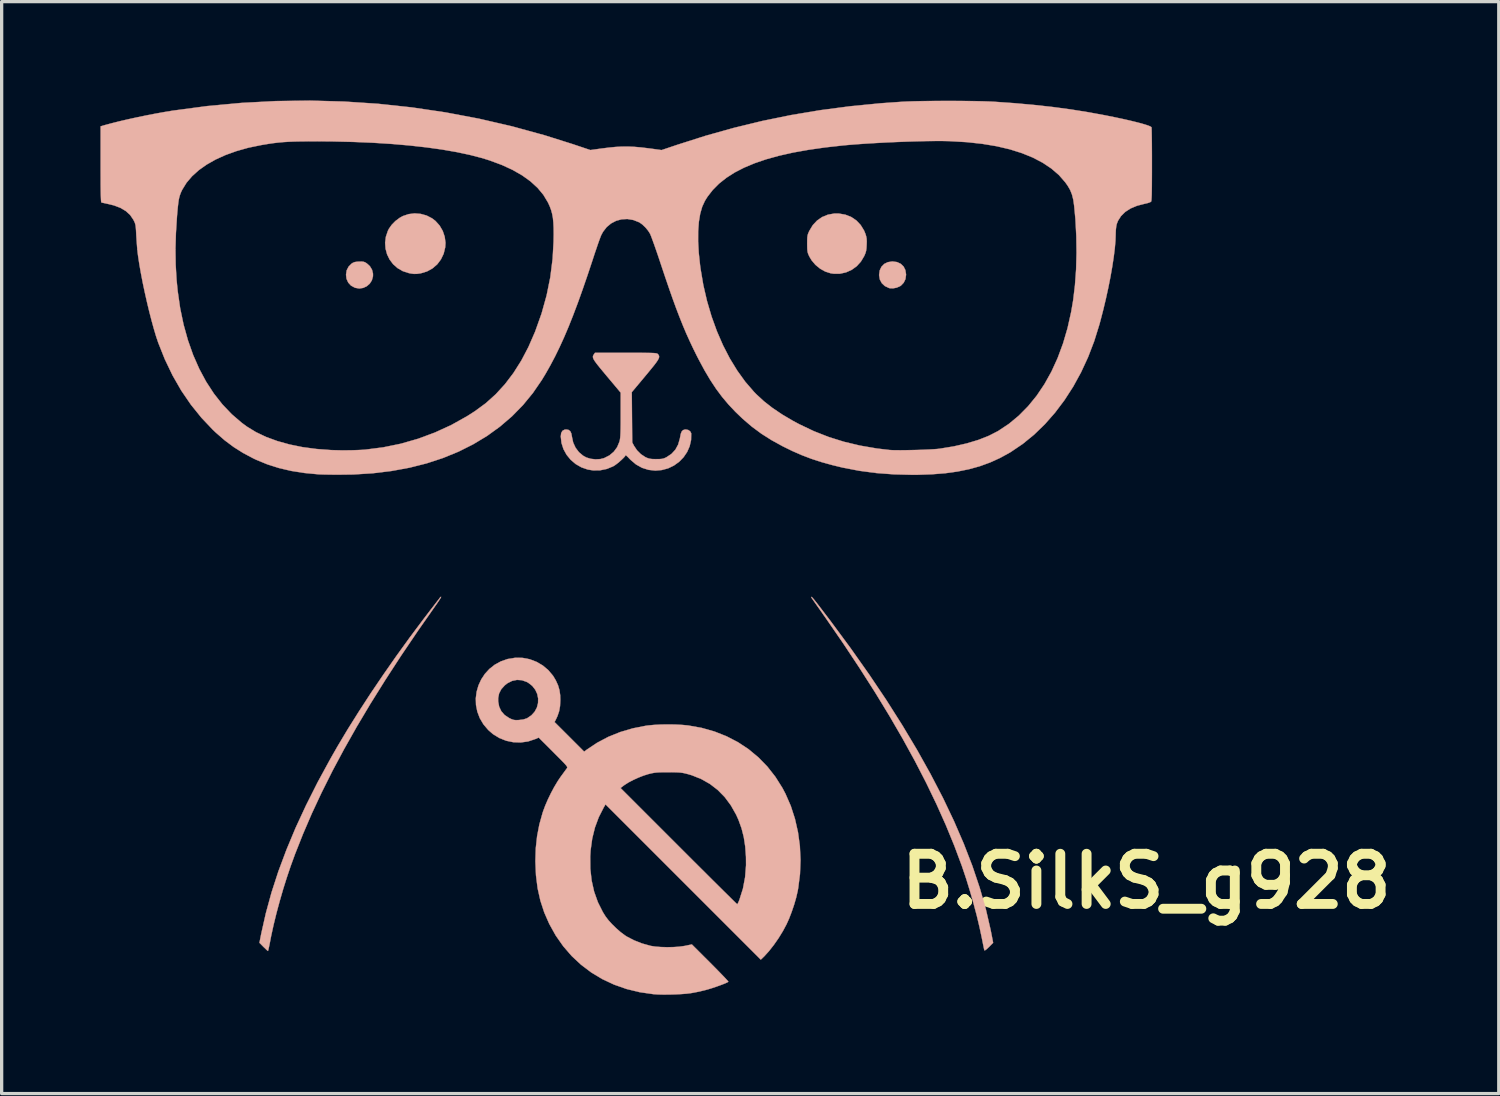
<source format=kicad_pcb>
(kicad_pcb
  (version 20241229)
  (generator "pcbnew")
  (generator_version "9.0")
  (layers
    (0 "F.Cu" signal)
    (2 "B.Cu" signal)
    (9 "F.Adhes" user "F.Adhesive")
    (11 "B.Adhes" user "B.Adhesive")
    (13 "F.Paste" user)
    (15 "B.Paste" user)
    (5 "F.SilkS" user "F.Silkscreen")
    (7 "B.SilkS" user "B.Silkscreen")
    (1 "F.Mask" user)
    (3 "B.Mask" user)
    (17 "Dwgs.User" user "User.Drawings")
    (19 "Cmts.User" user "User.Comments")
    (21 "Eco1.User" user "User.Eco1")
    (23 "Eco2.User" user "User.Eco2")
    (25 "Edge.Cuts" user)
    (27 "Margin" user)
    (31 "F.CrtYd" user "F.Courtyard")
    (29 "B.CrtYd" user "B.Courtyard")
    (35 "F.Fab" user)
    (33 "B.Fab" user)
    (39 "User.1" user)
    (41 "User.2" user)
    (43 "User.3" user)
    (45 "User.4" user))
  (footprint "B.SilkS_g928"
    (layer "F.Cu")
    (at 31.755 23.706)
    (property "Reference" "B.SilkS_g928" (at 0 0 0) (layer "F.SilkS") (effects (font (size 1.524 1.524) (thickness 0.3))))
    (attr through_hole)
    (fp_poly (pts (xy -7.57 -18.799) (xy -7.458 -18.747) (xy -7.372 -18.665) (xy -7.317 -18.557) (xy -7.296 -18.425) (xy -7.296 -18.414) (xy -7.314 -18.283) (xy -7.367 -18.172) (xy -7.452 -18.084) (xy -7.484 -18.064) (xy -7.582 -18.022) (xy -7.689 -18.002) (xy -7.787 -18.005) (xy -7.815 -18.012) (xy -7.939 -18.071) (xy -8.031 -18.157) (xy -8.091 -18.268) (xy -8.114 -18.398) (xy -8.114 -18.414) (xy -8.095 -18.547) (xy -8.043 -18.657) (xy -7.96 -18.742) (xy -7.85 -18.796) (xy -7.717 -18.817) (xy -7.705 -18.817) (xy -7.57 -18.799)) (stroke (width 0.01) (type solid)) (fill yes) (layer "B.SilkS"))
    (fp_poly (pts (xy -23.769 -18.809) (xy -23.721 -18.792) (xy -23.669 -18.76) (xy -23.575 -18.675) (xy -23.51 -18.567) (xy -23.48 -18.446) (xy -23.481 -18.367) (xy -23.515 -18.245) (xy -23.58 -18.143) (xy -23.67 -18.065) (xy -23.778 -18.015) (xy -23.896 -17.997) (xy -24.017 -18.017) (xy -24.032 -18.022) (xy -24.148 -18.085) (xy -24.232 -18.176) (xy -24.284 -18.291) (xy -24.299 -18.415) (xy -24.28 -18.546) (xy -24.222 -18.66) (xy -24.137 -18.747) (xy -24.086 -18.78) (xy -24.033 -18.8) (xy -23.961 -18.81) (xy -23.91 -18.813) (xy -23.826 -18.815) (xy -23.769 -18.809)) (stroke (width 0.01) (type solid)) (fill yes) (layer "B.SilkS"))
    (fp_poly (pts (xy -22.031 -20.262) (xy -21.852 -20.212) (xy -21.687 -20.127) (xy -21.585 -20.049) (xy -21.458 -19.908) (xy -21.363 -19.745) (xy -21.303 -19.568) (xy -21.279 -19.383) (xy -21.288 -19.247) (xy -21.335 -19.053) (xy -21.418 -18.88) (xy -21.532 -18.729) (xy -21.674 -18.607) (xy -21.841 -18.515) (xy -22.029 -18.458) (xy -22.032 -18.458) (xy -22.141 -18.442) (xy -22.237 -18.44) (xy -22.342 -18.454) (xy -22.394 -18.465) (xy -22.576 -18.524) (xy -22.735 -18.616) (xy -22.869 -18.735) (xy -22.976 -18.876) (xy -23.053 -19.035) (xy -23.099 -19.206) (xy -23.112 -19.386) (xy -23.089 -19.568) (xy -23.028 -19.748) (xy -22.997 -19.81) (xy -22.912 -19.931) (xy -22.799 -20.046) (xy -22.668 -20.144) (xy -22.574 -20.196) (xy -22.399 -20.255) (xy -22.216 -20.277) (xy -22.031 -20.262)) (stroke (width 0.01) (type solid)) (fill yes) (layer "B.SilkS"))
    (fp_poly (pts (xy -9.138 -20.238) (xy -8.961 -20.168) (xy -8.805 -20.063) (xy -8.675 -19.926) (xy -8.572 -19.759) (xy -8.528 -19.653) (xy -8.506 -19.579) (xy -8.493 -19.508) (xy -8.489 -19.423) (xy -8.492 -19.325) (xy -8.498 -19.219) (xy -8.509 -19.14) (xy -8.529 -19.07) (xy -8.561 -18.994) (xy -8.567 -18.981) (xy -8.668 -18.812) (xy -8.797 -18.671) (xy -8.949 -18.562) (xy -9.12 -18.486) (xy -9.303 -18.446) (xy -9.495 -18.446) (xy -9.585 -18.459) (xy -9.748 -18.511) (xy -9.904 -18.598) (xy -10.046 -18.714) (xy -10.163 -18.852) (xy -10.23 -18.964) (xy -10.259 -19.026) (xy -10.278 -19.077) (xy -10.289 -19.129) (xy -10.295 -19.193) (xy -10.297 -19.281) (xy -10.298 -19.357) (xy -10.297 -19.467) (xy -10.294 -19.546) (xy -10.286 -19.605) (xy -10.272 -19.657) (xy -10.249 -19.711) (xy -10.232 -19.748) (xy -10.128 -19.92) (xy -9.997 -20.06) (xy -9.843 -20.167) (xy -9.668 -20.238) (xy -9.478 -20.272) (xy -9.335 -20.272) (xy -9.138 -20.238)) (stroke (width 0.01) (type solid)) (fill yes) (layer "B.SilkS"))
    (fp_poly (pts (xy -21.412 -8.634) (xy -21.419 -8.614) (xy -21.448 -8.566) (xy -21.493 -8.497) (xy -21.55 -8.413) (xy -21.573 -8.381) (xy -22.119 -7.6) (xy -22.632 -6.842) (xy -23.111 -6.105) (xy -23.559 -5.388) (xy -23.974 -4.691) (xy -24.359 -4.01) (xy -24.714 -3.346) (xy -25.039 -2.696) (xy -25.337 -2.059) (xy -25.606 -1.434) (xy -25.849 -0.82) (xy -25.98 -0.46) (xy -26.095 -0.119) (xy -26.208 0.239) (xy -26.314 0.606) (xy -26.412 0.97) (xy -26.498 1.321) (xy -26.57 1.65) (xy -26.598 1.794) (xy -26.619 1.905) (xy -26.639 1.999) (xy -26.655 2.07) (xy -26.666 2.11) (xy -26.67 2.117) (xy -26.689 2.103) (xy -26.73 2.065) (xy -26.785 2.012) (xy -26.805 1.993) (xy -26.928 1.868) (xy -26.872 1.585) (xy -26.733 0.968) (xy -26.561 0.34) (xy -26.353 -0.301) (xy -26.109 -0.954) (xy -25.83 -1.622) (xy -25.514 -2.304) (xy -25.162 -3.004) (xy -24.772 -3.72) (xy -24.557 -4.096) (xy -24.249 -4.612) (xy -23.912 -5.149) (xy -23.552 -5.703) (xy -23.17 -6.267) (xy -22.773 -6.836) (xy -22.363 -7.403) (xy -21.944 -7.963) (xy -21.73 -8.243) (xy -21.647 -8.35) (xy -21.573 -8.447) (xy -21.511 -8.527) (xy -21.465 -8.586) (xy -21.441 -8.619) (xy -21.438 -8.623) (xy -21.417 -8.637) (xy -21.412 -8.634)) (stroke (width 0.01) (type solid)) (fill yes) (layer "B.SilkS"))
    (fp_poly (pts (xy -10.158 -8.63) (xy -10.141 -8.613) (xy -10.114 -8.583) (xy -10.075 -8.535) (xy -10.021 -8.468) (xy -9.952 -8.378) (xy -9.865 -8.264) (xy -9.757 -8.122) (xy -9.626 -7.95) (xy -9.577 -7.885) (xy -8.979 -7.076) (xy -8.419 -6.282) (xy -7.895 -5.502) (xy -7.409 -4.736) (xy -6.96 -3.985) (xy -6.549 -3.249) (xy -6.175 -2.529) (xy -5.839 -1.823) (xy -5.541 -1.134) (xy -5.281 -0.461) (xy -5.06 0.196) (xy -4.876 0.837) (xy -4.732 1.46) (xy -4.709 1.574) (xy -4.652 1.868) (xy -4.78 1.997) (xy -4.849 2.062) (xy -4.894 2.095) (xy -4.916 2.099) (xy -4.919 2.094) (xy -4.926 2.064) (xy -4.94 2) (xy -4.958 1.91) (xy -4.98 1.801) (xy -4.995 1.725) (xy -5.065 1.396) (xy -5.15 1.039) (xy -5.249 0.668) (xy -5.357 0.292) (xy -5.471 -0.077) (xy -5.589 -0.428) (xy -5.602 -0.466) (xy -5.832 -1.082) (xy -6.089 -1.707) (xy -6.374 -2.344) (xy -6.687 -2.993) (xy -7.029 -3.655) (xy -7.402 -4.334) (xy -7.805 -5.028) (xy -8.24 -5.741) (xy -8.708 -6.474) (xy -9.208 -7.228) (xy -9.743 -8.004) (xy -9.79 -8.07) (xy -9.879 -8.198) (xy -9.962 -8.316) (xy -10.035 -8.419) (xy -10.094 -8.503) (xy -10.136 -8.563) (xy -10.157 -8.593) (xy -10.157 -8.594) (xy -10.173 -8.625) (xy -10.168 -8.635) (xy -10.158 -8.63)) (stroke (width 0.01) (type solid)) (fill yes) (layer "B.SilkS"))
    (fp_poly (pts (xy -15.579 -16.044) (xy -15.393 -16.044) (xy -15.242 -16.043) (xy -15.122 -16.042) (xy -15.029 -16.04) (xy -14.959 -16.037) (xy -14.909 -16.033) (xy -14.875 -16.028) (xy -14.853 -16.021) (xy -14.839 -16.013) (xy -14.831 -16.006) (xy -14.808 -15.977) (xy -14.795 -15.948) (xy -14.793 -15.915) (xy -14.806 -15.873) (xy -14.834 -15.82) (xy -14.88 -15.752) (xy -14.947 -15.664) (xy -15.036 -15.554) (xy -15.149 -15.416) (xy -15.209 -15.344) (xy -15.623 -14.849) (xy -15.61 -13.324) (xy -15.554 -13.218) (xy -15.464 -13.084) (xy -15.347 -12.967) (xy -15.215 -12.88) (xy -15.198 -12.871) (xy -15.134 -12.844) (xy -15.075 -12.828) (xy -15.005 -12.819) (xy -14.911 -12.817) (xy -14.88 -12.817) (xy -14.78 -12.818) (xy -14.709 -12.824) (xy -14.653 -12.837) (xy -14.598 -12.86) (xy -14.567 -12.876) (xy -14.417 -12.976) (xy -14.3 -13.103) (xy -14.216 -13.257) (xy -14.164 -13.438) (xy -14.157 -13.475) (xy -14.136 -13.583) (xy -14.107 -13.656) (xy -14.066 -13.697) (xy -14.009 -13.715) (xy -13.981 -13.716) (xy -13.909 -13.701) (xy -13.851 -13.661) (xy -13.821 -13.606) (xy -13.819 -13.594) (xy -13.823 -13.397) (xy -13.866 -13.208) (xy -13.943 -13.033) (xy -14.051 -12.874) (xy -14.185 -12.736) (xy -14.343 -12.622) (xy -14.519 -12.537) (xy -14.712 -12.485) (xy -14.908 -12.468) (xy -15.116 -12.491) (xy -15.312 -12.553) (xy -15.495 -12.655) (xy -15.662 -12.796) (xy -15.687 -12.822) (xy -15.742 -12.88) (xy -15.785 -12.92) (xy -15.809 -12.938) (xy -15.812 -12.937) (xy -15.827 -12.906) (xy -15.869 -12.858) (xy -15.93 -12.799) (xy -16.001 -12.735) (xy -16.075 -12.675) (xy -16.144 -12.625) (xy -16.187 -12.599) (xy -16.38 -12.519) (xy -16.585 -12.477) (xy -16.793 -12.474) (xy -16.959 -12.5) (xy -17.152 -12.567) (xy -17.326 -12.667) (xy -17.478 -12.796) (xy -17.603 -12.949) (xy -17.697 -13.12) (xy -17.757 -13.306) (xy -17.779 -13.502) (xy -17.779 -13.506) (xy -17.767 -13.607) (xy -17.728 -13.676) (xy -17.663 -13.711) (xy -17.617 -13.716) (xy -17.544 -13.704) (xy -17.493 -13.666) (xy -17.459 -13.597) (xy -17.439 -13.491) (xy -17.439 -13.488) (xy -17.402 -13.318) (xy -17.33 -13.162) (xy -17.228 -13.027) (xy -17.101 -12.92) (xy -17.002 -12.866) (xy -16.871 -12.826) (xy -16.723 -12.81) (xy -16.578 -12.818) (xy -16.464 -12.847) (xy -16.302 -12.929) (xy -16.169 -13.041) (xy -16.067 -13.18) (xy -15.998 -13.345) (xy -15.992 -13.366) (xy -15.983 -13.411) (xy -15.975 -13.468) (xy -15.969 -13.541) (xy -15.965 -13.635) (xy -15.962 -13.754) (xy -15.96 -13.905) (xy -15.96 -14.092) (xy -15.96 -14.164) (xy -15.96 -14.835) (xy -16.383 -15.339) (xy -16.507 -15.488) (xy -16.607 -15.609) (xy -16.683 -15.705) (xy -16.739 -15.781) (xy -16.776 -15.839) (xy -16.797 -15.885) (xy -16.804 -15.921) (xy -16.799 -15.951) (xy -16.785 -15.98) (xy -16.773 -15.997) (xy -16.74 -16.044) (xy -15.803 -16.044) (xy -15.579 -16.044)) (stroke (width 0.01) (type solid)) (fill yes) (layer "B.SilkS"))
    (fp_poly (pts (xy -18.938 -6.782) (xy -18.721 -6.74) (xy -18.515 -6.661) (xy -18.324 -6.55) (xy -18.156 -6.408) (xy -18.014 -6.239) (xy -17.928 -6.095) (xy -17.861 -5.946) (xy -17.819 -5.802) (xy -17.797 -5.648) (xy -17.793 -5.503) (xy -17.801 -5.321) (xy -17.829 -5.163) (xy -17.879 -5.016) (xy -17.918 -4.931) (xy -17.968 -4.833) (xy -17.519 -4.385) (xy -17.07 -3.936) (xy -16.996 -3.991) (xy -16.68 -4.202) (xy -16.338 -4.383) (xy -15.974 -4.53) (xy -15.591 -4.643) (xy -15.194 -4.721) (xy -15.128 -4.73) (xy -14.949 -4.747) (xy -14.742 -4.758) (xy -14.521 -4.761) (xy -14.3 -4.758) (xy -14.093 -4.747) (xy -13.913 -4.73) (xy -13.913 -4.73) (xy -13.503 -4.657) (xy -13.114 -4.547) (xy -12.745 -4.401) (xy -12.398 -4.221) (xy -12.075 -4.007) (xy -11.778 -3.76) (xy -11.507 -3.482) (xy -11.264 -3.172) (xy -11.05 -2.833) (xy -10.957 -2.656) (xy -10.795 -2.286) (xy -10.669 -1.896) (xy -10.577 -1.489) (xy -10.52 -1.071) (xy -10.5 -0.646) (xy -10.516 -0.22) (xy -10.57 0.205) (xy -10.586 0.296) (xy -10.631 0.492) (xy -10.693 0.707) (xy -10.767 0.926) (xy -10.847 1.134) (xy -10.924 1.305) (xy -11.037 1.516) (xy -11.168 1.729) (xy -11.311 1.934) (xy -11.457 2.12) (xy -11.6 2.278) (xy -11.63 2.307) (xy -11.706 2.38) (xy -16.42 -2.334) (xy -16.475 -2.241) (xy -16.626 -1.945) (xy -16.742 -1.632) (xy -16.824 -1.299) (xy -16.873 -0.943) (xy -16.885 -0.751) (xy -16.882 -0.378) (xy -16.842 -0.021) (xy -16.766 0.317) (xy -16.653 0.635) (xy -16.505 0.931) (xy -16.419 1.069) (xy -16.334 1.181) (xy -16.222 1.304) (xy -16.095 1.428) (xy -15.964 1.543) (xy -15.838 1.638) (xy -15.773 1.68) (xy -15.553 1.794) (xy -15.311 1.889) (xy -15.064 1.958) (xy -15.05 1.962) (xy -14.908 1.984) (xy -14.738 1.997) (xy -14.553 2.002) (xy -14.365 1.999) (xy -14.187 1.987) (xy -14.032 1.966) (xy -13.996 1.959) (xy -13.799 1.918) (xy -13.24 2.476) (xy -13.114 2.603) (xy -12.999 2.72) (xy -12.897 2.825) (xy -12.812 2.913) (xy -12.747 2.983) (xy -12.706 3.029) (xy -12.691 3.05) (xy -12.691 3.05) (xy -12.717 3.068) (xy -12.776 3.095) (xy -12.86 3.129) (xy -12.962 3.167) (xy -13.074 3.207) (xy -13.188 3.245) (xy -13.297 3.278) (xy -13.385 3.303) (xy -13.509 3.333) (xy -13.645 3.363) (xy -13.773 3.388) (xy -13.834 3.398) (xy -13.964 3.414) (xy -14.124 3.426) (xy -14.303 3.435) (xy -14.489 3.44) (xy -14.669 3.441) (xy -14.832 3.437) (xy -14.965 3.428) (xy -15.383 3.368) (xy -15.782 3.271) (xy -16.161 3.138) (xy -16.519 2.97) (xy -16.853 2.769) (xy -17.163 2.535) (xy -17.448 2.269) (xy -17.704 1.973) (xy -17.932 1.648) (xy -18.129 1.294) (xy -18.281 0.947) (xy -18.398 0.59) (xy -18.482 0.215) (xy -18.532 -0.182) (xy -18.55 -0.604) (xy -18.55 -0.614) (xy -18.538 -1.002) (xy -18.498 -1.368) (xy -18.43 -1.723) (xy -18.331 -2.077) (xy -18.315 -2.125) (xy -18.251 -2.297) (xy -18.169 -2.486) (xy -18.075 -2.68) (xy -17.994 -2.831) (xy -15.965 -2.831) (xy -14.2 -1.066) (xy -13.973 -0.839) (xy -13.754 -0.62) (xy -13.545 -0.412) (xy -13.348 -0.216) (xy -13.165 -0.033) (xy -12.997 0.133) (xy -12.848 0.281) (xy -12.717 0.41) (xy -12.608 0.518) (xy -12.523 0.602) (xy -12.462 0.661) (xy -12.428 0.693) (xy -12.421 0.699) (xy -12.408 0.68) (xy -12.384 0.632) (xy -12.356 0.564) (xy -12.353 0.555) (xy -12.249 0.227) (xy -12.183 -0.121) (xy -12.154 -0.487) (xy -12.156 -0.741) (xy -12.179 -1.055) (xy -12.223 -1.341) (xy -12.291 -1.608) (xy -12.384 -1.865) (xy -12.456 -2.024) (xy -12.615 -2.305) (xy -12.8 -2.554) (xy -13.013 -2.771) (xy -13.25 -2.954) (xy -13.513 -3.103) (xy -13.8 -3.218) (xy -13.923 -3.254) (xy -14.001 -3.274) (xy -14.07 -3.289) (xy -14.14 -3.299) (xy -14.218 -3.305) (xy -14.316 -3.308) (xy -14.441 -3.309) (xy -14.52 -3.309) (xy -14.664 -3.309) (xy -14.774 -3.307) (xy -14.861 -3.302) (xy -14.934 -3.294) (xy -15.002 -3.282) (xy -15.075 -3.265) (xy -15.123 -3.253) (xy -15.268 -3.207) (xy -15.424 -3.146) (xy -15.579 -3.075) (xy -15.721 -3.001) (xy -15.836 -2.928) (xy -15.862 -2.91) (xy -15.965 -2.831) (xy -17.994 -2.831) (xy -17.974 -2.868) (xy -17.872 -3.039) (xy -17.78 -3.175) (xy -17.718 -3.259) (xy -17.662 -3.336) (xy -17.619 -3.395) (xy -17.596 -3.425) (xy -17.587 -3.44) (xy -17.583 -3.455) (xy -17.587 -3.474) (xy -17.603 -3.501) (xy -17.633 -3.538) (xy -17.68 -3.59) (xy -17.748 -3.66) (xy -17.838 -3.751) (xy -17.954 -3.867) (xy -18.005 -3.919) (xy -18.449 -4.362) (xy -18.554 -4.317) (xy -18.771 -4.245) (xy -18.994 -4.214) (xy -19.217 -4.221) (xy -19.436 -4.266) (xy -19.644 -4.349) (xy -19.837 -4.467) (xy -19.982 -4.593) (xy -20.129 -4.767) (xy -20.239 -4.954) (xy -20.313 -5.15) (xy -20.353 -5.351) (xy -20.359 -5.553) (xy -20.358 -5.561) (xy -19.68 -5.561) (xy -19.68 -5.461) (xy -19.65 -5.3) (xy -19.586 -5.163) (xy -19.486 -5.049) (xy -19.35 -4.958) (xy -19.34 -4.952) (xy -19.267 -4.918) (xy -19.208 -4.899) (xy -19.147 -4.892) (xy -19.065 -4.894) (xy -19.05 -4.895) (xy -18.914 -4.912) (xy -18.81 -4.946) (xy -18.8 -4.95) (xy -18.67 -5.039) (xy -18.571 -5.149) (xy -18.504 -5.274) (xy -18.469 -5.41) (xy -18.466 -5.55) (xy -18.494 -5.687) (xy -18.554 -5.816) (xy -18.645 -5.932) (xy -18.767 -6.027) (xy -18.815 -6.053) (xy -18.96 -6.104) (xy -19.108 -6.114) (xy -19.255 -6.084) (xy -19.394 -6.015) (xy -19.481 -5.947) (xy -19.587 -5.829) (xy -19.652 -5.702) (xy -19.68 -5.561) (xy -20.358 -5.561) (xy -20.334 -5.753) (xy -20.278 -5.946) (xy -20.194 -6.128) (xy -20.083 -6.296) (xy -19.946 -6.446) (xy -19.784 -6.574) (xy -19.6 -6.675) (xy -19.394 -6.747) (xy -19.168 -6.784) (xy -19.161 -6.785) (xy -18.938 -6.782)) (stroke (width 0.01) (type solid)) (fill yes) (layer "B.SilkS"))
    (fp_poly (pts (xy -24.358 -23.673) (xy -23.326 -23.605) (xy -22.299 -23.495) (xy -21.278 -23.344) (xy -20.265 -23.153) (xy -19.261 -22.921) (xy -18.267 -22.648) (xy -17.42 -22.381) (xy -16.88 -22.2) (xy -16.542 -22.247) (xy -16.316 -22.275) (xy -16.113 -22.295) (xy -15.925 -22.305) (xy -15.739 -22.306) (xy -15.548 -22.298) (xy -15.341 -22.28) (xy -15.108 -22.252) (xy -14.964 -22.233) (xy -14.719 -22.199) (xy -14.244 -22.359) (xy -13.381 -22.634) (xy -12.52 -22.875) (xy -11.656 -23.085) (xy -10.784 -23.263) (xy -9.898 -23.411) (xy -8.993 -23.53) (xy -8.064 -23.621) (xy -7.408 -23.667) (xy -7.264 -23.674) (xy -7.084 -23.68) (xy -6.875 -23.685) (xy -6.644 -23.688) (xy -6.396 -23.691) (xy -6.14 -23.692) (xy -5.88 -23.692) (xy -5.624 -23.691) (xy -5.378 -23.688) (xy -5.149 -23.685) (xy -4.943 -23.68) (xy -4.767 -23.674) (xy -4.636 -23.668) (xy -4.01 -23.624) (xy -3.418 -23.571) (xy -2.854 -23.509) (xy -2.308 -23.436) (xy -1.775 -23.351) (xy -1.246 -23.254) (xy -1.227 -23.25) (xy -0.964 -23.197) (xy -0.723 -23.146) (xy -0.506 -23.097) (xy -0.314 -23.05) (xy -0.151 -23.008) (xy -0.02 -22.969) (xy 0.077 -22.936) (xy 0.137 -22.908) (xy 0.157 -22.89) (xy 0.159 -22.863) (xy 0.161 -22.797) (xy 0.163 -22.698) (xy 0.165 -22.569) (xy 0.167 -22.413) (xy 0.168 -22.236) (xy 0.169 -22.041) (xy 0.169 -21.832) (xy 0.169 -21.762) (xy 0.169 -21.504) (xy 0.168 -21.287) (xy 0.167 -21.106) (xy 0.165 -20.959) (xy 0.163 -20.843) (xy 0.159 -20.756) (xy 0.155 -20.694) (xy 0.15 -20.654) (xy 0.144 -20.635) (xy 0.143 -20.634) (xy 0.111 -20.615) (xy 0.048 -20.593) (xy -0.032 -20.573) (xy -0.053 -20.569) (xy -0.281 -20.51) (xy -0.478 -20.428) (xy -0.641 -20.323) (xy -0.769 -20.197) (xy -0.862 -20.051) (xy -0.901 -19.949) (xy -0.915 -19.878) (xy -0.926 -19.781) (xy -0.931 -19.674) (xy -0.931 -19.649) (xy -0.938 -19.45) (xy -0.958 -19.217) (xy -0.991 -18.953) (xy -1.035 -18.664) (xy -1.089 -18.355) (xy -1.153 -18.031) (xy -1.226 -17.697) (xy -1.307 -17.357) (xy -1.395 -17.017) (xy -1.428 -16.897) (xy -1.584 -16.396) (xy -1.769 -15.914) (xy -1.982 -15.454) (xy -2.221 -15.018) (xy -2.485 -14.609) (xy -2.772 -14.228) (xy -3.08 -13.878) (xy -3.408 -13.56) (xy -3.754 -13.278) (xy -4.118 -13.032) (xy -4.153 -13.011) (xy -4.443 -12.852) (xy -4.742 -12.716) (xy -5.054 -12.602) (xy -5.382 -12.511) (xy -5.731 -12.44) (xy -6.105 -12.388) (xy -6.509 -12.356) (xy -6.946 -12.341) (xy -7.102 -12.34) (xy -7.664 -12.354) (xy -8.2 -12.394) (xy -8.719 -12.463) (xy -9.228 -12.561) (xy -9.536 -12.636) (xy -9.868 -12.728) (xy -10.172 -12.827) (xy -10.461 -12.937) (xy -10.748 -13.063) (xy -11.04 -13.206) (xy -11.38 -13.393) (xy -11.689 -13.589) (xy -11.977 -13.802) (xy -12.256 -14.041) (xy -12.478 -14.254) (xy -12.686 -14.475) (xy -12.88 -14.705) (xy -13.064 -14.952) (xy -13.242 -15.222) (xy -13.418 -15.519) (xy -13.596 -15.851) (xy -13.651 -15.958) (xy -13.762 -16.183) (xy -13.868 -16.408) (xy -13.971 -16.636) (xy -14.071 -16.873) (xy -14.171 -17.123) (xy -14.274 -17.391) (xy -14.38 -17.682) (xy -14.492 -18.001) (xy -14.612 -18.352) (xy -14.711 -18.648) (xy -14.774 -18.837) (xy -14.835 -19.019) (xy -14.893 -19.187) (xy -14.946 -19.338) (xy -14.978 -19.426) (xy -13.609 -19.426) (xy -13.59 -19.081) (xy -13.55 -18.707) (xy -13.535 -18.595) (xy -13.451 -18.099) (xy -13.339 -17.616) (xy -13.201 -17.148) (xy -13.039 -16.7) (xy -12.854 -16.274) (xy -12.647 -15.873) (xy -12.42 -15.502) (xy -12.175 -15.162) (xy -11.912 -14.858) (xy -11.839 -14.783) (xy -11.61 -14.572) (xy -11.351 -14.37) (xy -11.059 -14.173) (xy -10.73 -13.979) (xy -10.536 -13.875) (xy -10.097 -13.666) (xy -9.647 -13.489) (xy -9.18 -13.343) (xy -8.693 -13.227) (xy -8.181 -13.139) (xy -7.8 -13.094) (xy -7.72 -13.089) (xy -7.605 -13.087) (xy -7.463 -13.086) (xy -7.302 -13.088) (xy -7.129 -13.091) (xy -6.952 -13.095) (xy -6.778 -13.101) (xy -6.616 -13.108) (xy -6.472 -13.116) (xy -6.355 -13.124) (xy -6.276 -13.133) (xy -5.844 -13.204) (xy -5.451 -13.294) (xy -5.096 -13.401) (xy -4.78 -13.526) (xy -4.501 -13.669) (xy -4.499 -13.671) (xy -4.175 -13.886) (xy -3.872 -14.137) (xy -3.59 -14.423) (xy -3.33 -14.742) (xy -3.094 -15.093) (xy -2.881 -15.475) (xy -2.693 -15.887) (xy -2.53 -16.327) (xy -2.393 -16.794) (xy -2.283 -17.286) (xy -2.222 -17.642) (xy -2.168 -18.096) (xy -2.133 -18.577) (xy -2.12 -19.078) (xy -2.127 -19.589) (xy -2.154 -20.101) (xy -2.192 -20.506) (xy -2.218 -20.691) (xy -2.257 -20.846) (xy -2.311 -20.983) (xy -2.388 -21.116) (xy -2.463 -21.222) (xy -2.653 -21.44) (xy -2.881 -21.637) (xy -3.145 -21.814) (xy -3.444 -21.971) (xy -3.778 -22.107) (xy -4.146 -22.223) (xy -4.547 -22.317) (xy -4.981 -22.389) (xy -5.447 -22.44) (xy -5.944 -22.469) (xy -5.98 -22.471) (xy -6.181 -22.475) (xy -6.418 -22.475) (xy -6.685 -22.472) (xy -6.973 -22.465) (xy -7.277 -22.456) (xy -7.591 -22.444) (xy -7.907 -22.43) (xy -8.22 -22.413) (xy -8.522 -22.395) (xy -8.806 -22.375) (xy -9.067 -22.354) (xy -9.207 -22.341) (xy -9.752 -22.28) (xy -10.256 -22.208) (xy -10.722 -22.125) (xy -11.149 -22.029) (xy -11.54 -21.921) (xy -11.895 -21.8) (xy -12.214 -21.666) (xy -12.5 -21.519) (xy -12.753 -21.357) (xy -12.974 -21.181) (xy -13.164 -20.99) (xy -13.324 -20.784) (xy -13.404 -20.656) (xy -13.485 -20.48) (xy -13.546 -20.268) (xy -13.587 -20.02) (xy -13.608 -19.739) (xy -13.609 -19.426) (xy -14.978 -19.426) (xy -14.992 -19.465) (xy -15.029 -19.565) (xy -15.056 -19.632) (xy -15.065 -19.654) (xy -15.127 -19.752) (xy -15.21 -19.852) (xy -15.301 -19.939) (xy -15.389 -20.002) (xy -15.401 -20.008) (xy -15.577 -20.077) (xy -15.756 -20.107) (xy -15.931 -20.098) (xy -16.097 -20.053) (xy -16.251 -19.973) (xy -16.386 -19.861) (xy -16.497 -19.717) (xy -16.553 -19.613) (xy -16.574 -19.559) (xy -16.607 -19.472) (xy -16.648 -19.357) (xy -16.694 -19.221) (xy -16.745 -19.072) (xy -16.797 -18.914) (xy -16.804 -18.891) (xy -16.964 -18.41) (xy -17.116 -17.968) (xy -17.262 -17.56) (xy -17.404 -17.184) (xy -17.542 -16.837) (xy -17.679 -16.515) (xy -17.816 -16.215) (xy -17.953 -15.934) (xy -18.093 -15.669) (xy -18.236 -15.416) (xy -18.355 -15.219) (xy -18.626 -14.824) (xy -18.928 -14.456) (xy -19.261 -14.116) (xy -19.624 -13.805) (xy -20.015 -13.522) (xy -20.435 -13.269) (xy -20.881 -13.045) (xy -21.354 -12.851) (xy -21.851 -12.688) (xy -22.374 -12.556) (xy -22.919 -12.456) (xy -23.487 -12.387) (xy -24.077 -12.35) (xy -24.543 -12.344) (xy -24.689 -12.345) (xy -24.828 -12.347) (xy -24.95 -12.349) (xy -25.049 -12.352) (xy -25.117 -12.354) (xy -25.135 -12.355) (xy -25.566 -12.396) (xy -25.964 -12.459) (xy -26.336 -12.546) (xy -26.686 -12.657) (xy -27.02 -12.794) (xy -27.111 -12.837) (xy -27.422 -13.002) (xy -27.709 -13.183) (xy -27.981 -13.386) (xy -28.251 -13.621) (xy -28.34 -13.705) (xy -28.688 -14.072) (xy -29.009 -14.47) (xy -29.302 -14.899) (xy -29.566 -15.359) (xy -29.801 -15.849) (xy -30.001 -16.351) (xy -30.066 -16.544) (xy -30.134 -16.772) (xy -30.204 -17.027) (xy -30.275 -17.302) (xy -30.344 -17.59) (xy -30.41 -17.883) (xy -30.472 -18.175) (xy -30.526 -18.457) (xy -30.573 -18.723) (xy -30.61 -18.964) (xy -30.627 -19.092) (xy -30.636 -19.186) (xy -29.478 -19.186) (xy -29.471 -18.717) (xy -29.444 -18.259) (xy -29.41 -17.918) (xy -29.335 -17.397) (xy -29.231 -16.899) (xy -29.099 -16.425) (xy -28.941 -15.978) (xy -28.756 -15.558) (xy -28.546 -15.167) (xy -28.311 -14.806) (xy -28.052 -14.477) (xy -27.77 -14.181) (xy -27.465 -13.919) (xy -27.309 -13.804) (xy -27.034 -13.636) (xy -26.725 -13.489) (xy -26.383 -13.364) (xy -26.013 -13.261) (xy -25.616 -13.18) (xy -25.194 -13.124) (xy -24.752 -13.091) (xy -24.43 -13.083) (xy -24.275 -13.084) (xy -24.115 -13.086) (xy -23.961 -13.091) (xy -23.827 -13.097) (xy -23.722 -13.104) (xy -23.721 -13.104) (xy -23.173 -13.174) (xy -22.635 -13.284) (xy -22.109 -13.435) (xy -21.598 -13.625) (xy -21.101 -13.853) (xy -20.623 -14.12) (xy -20.384 -14.273) (xy -20.056 -14.514) (xy -19.753 -14.787) (xy -19.472 -15.094) (xy -19.214 -15.434) (xy -18.977 -15.809) (xy -18.761 -16.221) (xy -18.566 -16.668) (xy -18.557 -16.69) (xy -18.362 -17.238) (xy -18.209 -17.787) (xy -18.097 -18.34) (xy -18.027 -18.898) (xy -17.998 -19.413) (xy -17.994 -19.642) (xy -17.996 -19.835) (xy -18.004 -19.999) (xy -18.018 -20.14) (xy -18.041 -20.264) (xy -18.072 -20.378) (xy -18.113 -20.489) (xy -18.165 -20.603) (xy -18.172 -20.616) (xy -18.308 -20.842) (xy -18.484 -21.053) (xy -18.699 -21.25) (xy -18.952 -21.432) (xy -19.244 -21.599) (xy -19.573 -21.75) (xy -19.94 -21.886) (xy -20.172 -21.958) (xy -20.537 -22.053) (xy -20.941 -22.139) (xy -21.383 -22.216) (xy -21.859 -22.282) (xy -22.369 -22.339) (xy -22.91 -22.386) (xy -23.481 -22.422) (xy -24.078 -22.447) (xy -24.7 -22.462) (xy -25.167 -22.466) (xy -25.432 -22.465) (xy -25.66 -22.463) (xy -25.86 -22.459) (xy -26.038 -22.452) (xy -26.2 -22.442) (xy -26.354 -22.428) (xy -26.506 -22.41) (xy -26.662 -22.387) (xy -26.83 -22.359) (xy -26.882 -22.35) (xy -27.265 -22.271) (xy -27.623 -22.17) (xy -27.954 -22.051) (xy -28.257 -21.914) (xy -28.529 -21.76) (xy -28.768 -21.591) (xy -28.973 -21.406) (xy -29.141 -21.209) (xy -29.271 -20.999) (xy -29.287 -20.966) (xy -29.318 -20.898) (xy -29.342 -20.833) (xy -29.362 -20.764) (xy -29.379 -20.684) (xy -29.393 -20.586) (xy -29.407 -20.463) (xy -29.421 -20.309) (xy -29.431 -20.193) (xy -29.464 -19.675) (xy -29.478 -19.186) (xy -30.636 -19.186) (xy -30.637 -19.189) (xy -30.647 -19.314) (xy -30.657 -19.452) (xy -30.666 -19.589) (xy -30.668 -19.622) (xy -30.674 -19.748) (xy -30.681 -19.841) (xy -30.689 -19.909) (xy -30.701 -19.961) (xy -30.717 -20.007) (xy -30.74 -20.054) (xy -30.755 -20.084) (xy -30.853 -20.228) (xy -30.983 -20.347) (xy -31.145 -20.444) (xy -31.342 -20.519) (xy -31.49 -20.556) (xy -31.58 -20.576) (xy -31.657 -20.593) (xy -31.708 -20.604) (xy -31.724 -20.608) (xy -31.73 -20.618) (xy -31.735 -20.647) (xy -31.739 -20.697) (xy -31.742 -20.771) (xy -31.745 -20.872) (xy -31.747 -21.002) (xy -31.749 -21.165) (xy -31.749 -21.363) (xy -31.75 -21.599) (xy -31.75 -21.768) (xy -31.75 -22.92) (xy -31.633 -22.955) (xy -31.429 -23.01) (xy -31.192 -23.07) (xy -30.931 -23.131) (xy -30.653 -23.192) (xy -30.368 -23.251) (xy -30.085 -23.306) (xy -29.811 -23.355) (xy -29.557 -23.397) (xy -29.549 -23.398) (xy -28.511 -23.536) (xy -27.472 -23.632) (xy -26.432 -23.687) (xy -25.394 -23.701) (xy -24.358 -23.673)) (stroke (width 0.01) (type solid)) (fill yes) (layer "B.SilkS")))
  (gr_rect
    (start -3 -3)
    (end 42.455 30.152)
    (stroke (width 0.1) (type default))
    (fill no)
    (layer "Edge.Cuts")))
</source>
